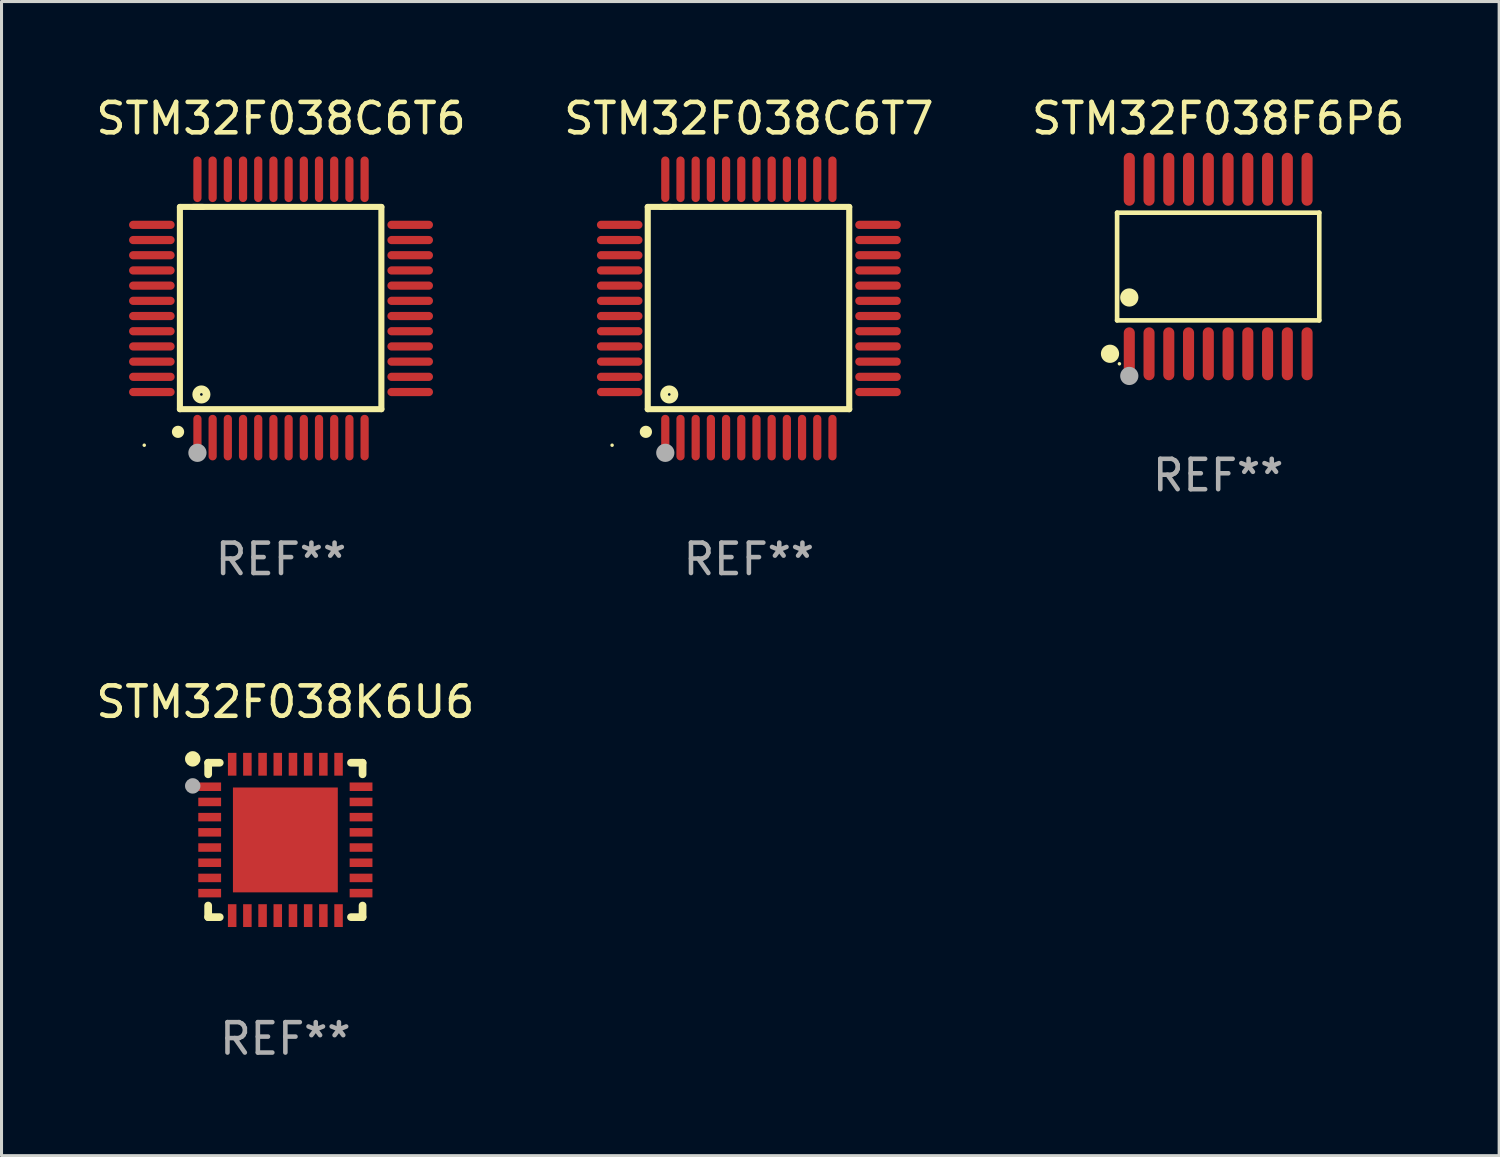
<source format=kicad_pcb>
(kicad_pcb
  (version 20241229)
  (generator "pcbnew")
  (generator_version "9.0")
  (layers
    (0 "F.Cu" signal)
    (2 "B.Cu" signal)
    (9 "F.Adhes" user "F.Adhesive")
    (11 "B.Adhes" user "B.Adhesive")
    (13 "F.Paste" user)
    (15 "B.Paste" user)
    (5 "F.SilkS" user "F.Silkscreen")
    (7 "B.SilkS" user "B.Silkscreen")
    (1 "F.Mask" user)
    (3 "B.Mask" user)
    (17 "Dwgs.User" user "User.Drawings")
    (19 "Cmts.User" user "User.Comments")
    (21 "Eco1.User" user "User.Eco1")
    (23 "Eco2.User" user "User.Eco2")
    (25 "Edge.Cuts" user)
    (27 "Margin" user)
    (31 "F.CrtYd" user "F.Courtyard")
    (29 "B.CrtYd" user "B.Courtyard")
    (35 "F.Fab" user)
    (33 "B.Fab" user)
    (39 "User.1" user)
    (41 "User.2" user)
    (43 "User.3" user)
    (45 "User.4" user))
  (footprint "STM32F038C6T6"
    (layer "F.Cu")
    (at 6.196 7.098)
    (property "Reference" "STM32F038C6T6" (at 0 -6.25 0) (layer "F.SilkS") (effects (font (size 1 1) (thickness 0.15))))
    (attr through_hole)
    (fp_line (start -3.327 -3.34) (end -2.565 -3.34) (stroke (width 0.2) (type solid)) (layer "F.SilkS"))
    (fp_line (start -3.327 3.315) (end -3.327 -3.34) (stroke (width 0.2) (type solid)) (layer "F.SilkS"))
    (fp_line (start -2.896 -3.34) (end 3.302 -3.34) (stroke (width 0.2) (type solid)) (layer "F.SilkS"))
    (fp_line (start 3.302 -3.34) (end 3.302 3.315) (stroke (width 0.2) (type solid)) (layer "F.SilkS"))
    (fp_line (start 3.302 3.315) (end -3.327 3.315) (stroke (width 0.2) (type solid)) (layer "F.SilkS"))
    (fp_arc (start -3.389992 4.059995) (mid -3.388722 4.059991) (end -3.387452 4.059995) (stroke (width 0.4) (type solid)) (layer "F.SilkS"))
    (fp_circle (center -4.5 4.5) (end -4.47 4.5) (stroke (width 0.06) (type solid)) (fill no) (layer "F.SilkS"))
    (fp_circle (center -2.62 2.83) (end -2.45 2.83) (stroke (width 0.254) (type solid)) (fill no) (layer "F.SilkS"))
    (fp_circle (center -2.75 4.75) (end -2.6 4.75) (stroke (width 0.3) (type solid)) (fill no) (layer "F.Fab"))
    (fp_text user "REF**" (at 0 8.25 0) (layer "F.Fab") (effects (font (size 1 1) (thickness 0.15))))
    (pad "1" smd oval (at -2.75 4.25) (size 0.27 1.5) (layers "F.Cu" "F.Mask" "F.Paste"))
    (pad "2" smd oval (at -2.25 4.25) (size 0.27 1.5) (layers "F.Cu" "F.Mask" "F.Paste"))
    (pad "3" smd oval (at -1.75 4.25) (size 0.27 1.5) (layers "F.Cu" "F.Mask" "F.Paste"))
    (pad "4" smd oval (at -1.25 4.25) (size 0.27 1.5) (layers "F.Cu" "F.Mask" "F.Paste"))
    (pad "5" smd oval (at -0.75 4.25) (size 0.27 1.5) (layers "F.Cu" "F.Mask" "F.Paste"))
    (pad "6" smd oval (at -0.25 4.25) (size 0.27 1.5) (layers "F.Cu" "F.Mask" "F.Paste"))
    (pad "7" smd oval (at 0.25 4.25) (size 0.27 1.5) (layers "F.Cu" "F.Mask" "F.Paste"))
    (pad "8" smd oval (at 0.75 4.25) (size 0.27 1.5) (layers "F.Cu" "F.Mask" "F.Paste"))
    (pad "9" smd oval (at 1.25 4.25) (size 0.27 1.5) (layers "F.Cu" "F.Mask" "F.Paste"))
    (pad "10" smd oval (at 1.75 4.25) (size 0.27 1.5) (layers "F.Cu" "F.Mask" "F.Paste"))
    (pad "11" smd oval (at 2.25 4.25) (size 0.27 1.5) (layers "F.Cu" "F.Mask" "F.Paste"))
    (pad "12" smd oval (at 2.75 4.25) (size 0.27 1.5) (layers "F.Cu" "F.Mask" "F.Paste"))
    (pad "13" smd oval (at 4.25 2.75) (size 1.5 0.27) (layers "F.Cu" "F.Mask" "F.Paste"))
    (pad "14" smd oval (at 4.25 2.25) (size 1.5 0.27) (layers "F.Cu" "F.Mask" "F.Paste"))
    (pad "15" smd oval (at 4.25 1.75) (size 1.5 0.27) (layers "F.Cu" "F.Mask" "F.Paste"))
    (pad "16" smd oval (at 4.25 1.25) (size 1.5 0.27) (layers "F.Cu" "F.Mask" "F.Paste"))
    (pad "17" smd oval (at 4.25 0.75) (size 1.5 0.27) (layers "F.Cu" "F.Mask" "F.Paste"))
    (pad "18" smd oval (at 4.25 0.25) (size 1.5 0.27) (layers "F.Cu" "F.Mask" "F.Paste"))
    (pad "19" smd oval (at 4.25 -0.25) (size 1.5 0.27) (layers "F.Cu" "F.Mask" "F.Paste"))
    (pad "20" smd oval (at 4.25 -0.75) (size 1.5 0.27) (layers "F.Cu" "F.Mask" "F.Paste"))
    (pad "21" smd oval (at 4.25 -1.25) (size 1.5 0.27) (layers "F.Cu" "F.Mask" "F.Paste"))
    (pad "22" smd oval (at 4.25 -1.75) (size 1.5 0.27) (layers "F.Cu" "F.Mask" "F.Paste"))
    (pad "23" smd oval (at 4.25 -2.25) (size 1.5 0.27) (layers "F.Cu" "F.Mask" "F.Paste"))
    (pad "24" smd oval (at 4.25 -2.75) (size 1.5 0.27) (layers "F.Cu" "F.Mask" "F.Paste"))
    (pad "25" smd oval (at 2.75 -4.25) (size 0.27 1.5) (layers "F.Cu" "F.Mask" "F.Paste"))
    (pad "26" smd oval (at 2.25 -4.25) (size 0.27 1.5) (layers "F.Cu" "F.Mask" "F.Paste"))
    (pad "27" smd oval (at 1.75 -4.25) (size 0.27 1.5) (layers "F.Cu" "F.Mask" "F.Paste"))
    (pad "28" smd oval (at 1.25 -4.25) (size 0.27 1.5) (layers "F.Cu" "F.Mask" "F.Paste"))
    (pad "29" smd oval (at 0.75 -4.25) (size 0.27 1.5) (layers "F.Cu" "F.Mask" "F.Paste"))
    (pad "30" smd oval (at 0.25 -4.25) (size 0.27 1.5) (layers "F.Cu" "F.Mask" "F.Paste"))
    (pad "31" smd oval (at -0.25 -4.25) (size 0.27 1.5) (layers "F.Cu" "F.Mask" "F.Paste"))
    (pad "32" smd oval (at -0.75 -4.25) (size 0.27 1.5) (layers "F.Cu" "F.Mask" "F.Paste"))
    (pad "33" smd oval (at -1.25 -4.25) (size 0.27 1.5) (layers "F.Cu" "F.Mask" "F.Paste"))
    (pad "34" smd oval (at -1.75 -4.25) (size 0.27 1.5) (layers "F.Cu" "F.Mask" "F.Paste"))
    (pad "35" smd oval (at -2.25 -4.25) (size 0.27 1.5) (layers "F.Cu" "F.Mask" "F.Paste"))
    (pad "36" smd oval (at -2.75 -4.25) (size 0.27 1.5) (layers "F.Cu" "F.Mask" "F.Paste"))
    (pad "37" smd oval (at -4.25 -2.75) (size 1.5 0.27) (layers "F.Cu" "F.Mask" "F.Paste"))
    (pad "38" smd oval (at -4.25 -2.25) (size 1.5 0.27) (layers "F.Cu" "F.Mask" "F.Paste"))
    (pad "39" smd oval (at -4.25 -1.75) (size 1.5 0.27) (layers "F.Cu" "F.Mask" "F.Paste"))
    (pad "40" smd oval (at -4.25 -1.25) (size 1.5 0.27) (layers "F.Cu" "F.Mask" "F.Paste"))
    (pad "41" smd oval (at -4.25 -0.75) (size 1.5 0.27) (layers "F.Cu" "F.Mask" "F.Paste"))
    (pad "42" smd oval (at -4.25 -0.25) (size 1.5 0.27) (layers "F.Cu" "F.Mask" "F.Paste"))
    (pad "43" smd oval (at -4.25 0.25) (size 1.5 0.27) (layers "F.Cu" "F.Mask" "F.Paste"))
    (pad "44" smd oval (at -4.25 0.75) (size 1.5 0.27) (layers "F.Cu" "F.Mask" "F.Paste"))
    (pad "45" smd oval (at -4.25 1.25) (size 1.5 0.27) (layers "F.Cu" "F.Mask" "F.Paste"))
    (pad "46" smd oval (at -4.25 1.75) (size 1.5 0.27) (layers "F.Cu" "F.Mask" "F.Paste"))
    (pad "47" smd oval (at -4.25 2.25) (size 1.5 0.27) (layers "F.Cu" "F.Mask" "F.Paste"))
    (pad "48" smd oval (at -4.25 2.75) (size 1.5 0.27) (layers "F.Cu" "F.Mask" "F.Paste")))
  (footprint "STM32F038C6T7"
    (layer "F.Cu")
    (at 21.589 7.098)
    (property "Reference" "STM32F038C6T7" (at 0 -6.25 0) (layer "F.SilkS") (effects (font (size 1 1) (thickness 0.15))))
    (attr through_hole)
    (fp_line (start -3.327 -3.34) (end -2.565 -3.34) (stroke (width 0.2) (type solid)) (layer "F.SilkS"))
    (fp_line (start -3.327 3.315) (end -3.327 -3.34) (stroke (width 0.2) (type solid)) (layer "F.SilkS"))
    (fp_line (start -2.896 -3.34) (end 3.302 -3.34) (stroke (width 0.2) (type solid)) (layer "F.SilkS"))
    (fp_line (start 3.302 -3.34) (end 3.302 3.315) (stroke (width 0.2) (type solid)) (layer "F.SilkS"))
    (fp_line (start 3.302 3.315) (end -3.327 3.315) (stroke (width 0.2) (type solid)) (layer "F.SilkS"))
    (fp_arc (start -3.389992 4.059995) (mid -3.388722 4.059991) (end -3.387452 4.059995) (stroke (width 0.4) (type solid)) (layer "F.SilkS"))
    (fp_circle (center -4.5 4.5) (end -4.47 4.5) (stroke (width 0.06) (type solid)) (fill no) (layer "F.SilkS"))
    (fp_circle (center -2.62 2.83) (end -2.45 2.83) (stroke (width 0.254) (type solid)) (fill no) (layer "F.SilkS"))
    (fp_circle (center -2.75 4.75) (end -2.6 4.75) (stroke (width 0.3) (type solid)) (fill no) (layer "F.Fab"))
    (fp_text user "REF**" (at 0 8.25 0) (layer "F.Fab") (effects (font (size 1 1) (thickness 0.15))))
    (pad "1" smd oval (at -2.75 4.25) (size 0.27 1.5) (layers "F.Cu" "F.Mask" "F.Paste"))
    (pad "2" smd oval (at -2.25 4.25) (size 0.27 1.5) (layers "F.Cu" "F.Mask" "F.Paste"))
    (pad "3" smd oval (at -1.75 4.25) (size 0.27 1.5) (layers "F.Cu" "F.Mask" "F.Paste"))
    (pad "4" smd oval (at -1.25 4.25) (size 0.27 1.5) (layers "F.Cu" "F.Mask" "F.Paste"))
    (pad "5" smd oval (at -0.75 4.25) (size 0.27 1.5) (layers "F.Cu" "F.Mask" "F.Paste"))
    (pad "6" smd oval (at -0.25 4.25) (size 0.27 1.5) (layers "F.Cu" "F.Mask" "F.Paste"))
    (pad "7" smd oval (at 0.25 4.25) (size 0.27 1.5) (layers "F.Cu" "F.Mask" "F.Paste"))
    (pad "8" smd oval (at 0.75 4.25) (size 0.27 1.5) (layers "F.Cu" "F.Mask" "F.Paste"))
    (pad "9" smd oval (at 1.25 4.25) (size 0.27 1.5) (layers "F.Cu" "F.Mask" "F.Paste"))
    (pad "10" smd oval (at 1.75 4.25) (size 0.27 1.5) (layers "F.Cu" "F.Mask" "F.Paste"))
    (pad "11" smd oval (at 2.25 4.25) (size 0.27 1.5) (layers "F.Cu" "F.Mask" "F.Paste"))
    (pad "12" smd oval (at 2.75 4.25) (size 0.27 1.5) (layers "F.Cu" "F.Mask" "F.Paste"))
    (pad "13" smd oval (at 4.25 2.75) (size 1.5 0.27) (layers "F.Cu" "F.Mask" "F.Paste"))
    (pad "14" smd oval (at 4.25 2.25) (size 1.5 0.27) (layers "F.Cu" "F.Mask" "F.Paste"))
    (pad "15" smd oval (at 4.25 1.75) (size 1.5 0.27) (layers "F.Cu" "F.Mask" "F.Paste"))
    (pad "16" smd oval (at 4.25 1.25) (size 1.5 0.27) (layers "F.Cu" "F.Mask" "F.Paste"))
    (pad "17" smd oval (at 4.25 0.75) (size 1.5 0.27) (layers "F.Cu" "F.Mask" "F.Paste"))
    (pad "18" smd oval (at 4.25 0.25) (size 1.5 0.27) (layers "F.Cu" "F.Mask" "F.Paste"))
    (pad "19" smd oval (at 4.25 -0.25) (size 1.5 0.27) (layers "F.Cu" "F.Mask" "F.Paste"))
    (pad "20" smd oval (at 4.25 -0.75) (size 1.5 0.27) (layers "F.Cu" "F.Mask" "F.Paste"))
    (pad "21" smd oval (at 4.25 -1.25) (size 1.5 0.27) (layers "F.Cu" "F.Mask" "F.Paste"))
    (pad "22" smd oval (at 4.25 -1.75) (size 1.5 0.27) (layers "F.Cu" "F.Mask" "F.Paste"))
    (pad "23" smd oval (at 4.25 -2.25) (size 1.5 0.27) (layers "F.Cu" "F.Mask" "F.Paste"))
    (pad "24" smd oval (at 4.25 -2.75) (size 1.5 0.27) (layers "F.Cu" "F.Mask" "F.Paste"))
    (pad "25" smd oval (at 2.75 -4.25) (size 0.27 1.5) (layers "F.Cu" "F.Mask" "F.Paste"))
    (pad "26" smd oval (at 2.25 -4.25) (size 0.27 1.5) (layers "F.Cu" "F.Mask" "F.Paste"))
    (pad "27" smd oval (at 1.75 -4.25) (size 0.27 1.5) (layers "F.Cu" "F.Mask" "F.Paste"))
    (pad "28" smd oval (at 1.25 -4.25) (size 0.27 1.5) (layers "F.Cu" "F.Mask" "F.Paste"))
    (pad "29" smd oval (at 0.75 -4.25) (size 0.27 1.5) (layers "F.Cu" "F.Mask" "F.Paste"))
    (pad "30" smd oval (at 0.25 -4.25) (size 0.27 1.5) (layers "F.Cu" "F.Mask" "F.Paste"))
    (pad "31" smd oval (at -0.25 -4.25) (size 0.27 1.5) (layers "F.Cu" "F.Mask" "F.Paste"))
    (pad "32" smd oval (at -0.75 -4.25) (size 0.27 1.5) (layers "F.Cu" "F.Mask" "F.Paste"))
    (pad "33" smd oval (at -1.25 -4.25) (size 0.27 1.5) (layers "F.Cu" "F.Mask" "F.Paste"))
    (pad "34" smd oval (at -1.75 -4.25) (size 0.27 1.5) (layers "F.Cu" "F.Mask" "F.Paste"))
    (pad "35" smd oval (at -2.25 -4.25) (size 0.27 1.5) (layers "F.Cu" "F.Mask" "F.Paste"))
    (pad "36" smd oval (at -2.75 -4.25) (size 0.27 1.5) (layers "F.Cu" "F.Mask" "F.Paste"))
    (pad "37" smd oval (at -4.25 -2.75) (size 1.5 0.27) (layers "F.Cu" "F.Mask" "F.Paste"))
    (pad "38" smd oval (at -4.25 -2.25) (size 1.5 0.27) (layers "F.Cu" "F.Mask" "F.Paste"))
    (pad "39" smd oval (at -4.25 -1.75) (size 1.5 0.27) (layers "F.Cu" "F.Mask" "F.Paste"))
    (pad "40" smd oval (at -4.25 -1.25) (size 1.5 0.27) (layers "F.Cu" "F.Mask" "F.Paste"))
    (pad "41" smd oval (at -4.25 -0.75) (size 1.5 0.27) (layers "F.Cu" "F.Mask" "F.Paste"))
    (pad "42" smd oval (at -4.25 -0.25) (size 1.5 0.27) (layers "F.Cu" "F.Mask" "F.Paste"))
    (pad "43" smd oval (at -4.25 0.25) (size 1.5 0.27) (layers "F.Cu" "F.Mask" "F.Paste"))
    (pad "44" smd oval (at -4.25 0.75) (size 1.5 0.27) (layers "F.Cu" "F.Mask" "F.Paste"))
    (pad "45" smd oval (at -4.25 1.25) (size 1.5 0.27) (layers "F.Cu" "F.Mask" "F.Paste"))
    (pad "46" smd oval (at -4.25 1.75) (size 1.5 0.27) (layers "F.Cu" "F.Mask" "F.Paste"))
    (pad "47" smd oval (at -4.25 2.25) (size 1.5 0.27) (layers "F.Cu" "F.Mask" "F.Paste"))
    (pad "48" smd oval (at -4.25 2.75) (size 1.5 0.27) (layers "F.Cu" "F.Mask" "F.Paste")))
  (footprint "STM32F038K6U6"
    (layer "F.Cu")
    (at 6.339 24.585)
    (property "Reference" "STM32F038K6U6" (at 0 -4.54 0) (layer "F.SilkS") (effects (font (size 1 1) (thickness 0.15))))
    (attr through_hole)
    (fp_line (start -2.54 -2.54) (end -2.159 -2.54) (stroke (width 0.254) (type solid)) (layer "F.SilkS"))
    (fp_line (start -2.54 -2.159) (end -2.54 -2.54) (stroke (width 0.254) (type solid)) (layer "F.SilkS"))
    (fp_line (start -2.54 2.54) (end -2.54 2.159) (stroke (width 0.254) (type solid)) (layer "F.SilkS"))
    (fp_line (start -2.159 2.54) (end -2.54 2.54) (stroke (width 0.254) (type solid)) (layer "F.SilkS"))
    (fp_line (start 2.159 -2.54) (end 2.54 -2.54) (stroke (width 0.254) (type solid)) (layer "F.SilkS"))
    (fp_line (start 2.54 -2.54) (end 2.54 -2.159) (stroke (width 0.254) (type solid)) (layer "F.SilkS"))
    (fp_line (start 2.54 2.159) (end 2.54 2.54) (stroke (width 0.254) (type solid)) (layer "F.SilkS"))
    (fp_line (start 2.54 2.54) (end 2.159 2.54) (stroke (width 0.254) (type solid)) (layer "F.SilkS"))
    (fp_circle (center -3.048 -2.667) (end -2.921 -2.667) (stroke (width 0.254) (type solid)) (fill no) (layer "F.SilkS"))
    (fp_circle (center -2.5 -2.5) (end -2.47 -2.5) (stroke (width 0.06) (type solid)) (fill no) (layer "F.SilkS"))
    (fp_circle (center -3.048 -1.778) (end -2.921 -1.778) (stroke (width 0.254) (type solid)) (fill no) (layer "F.Fab"))
    (fp_text user "REF**" (at 0 6.54 0) (layer "F.Fab") (effects (font (size 1 1) (thickness 0.15))))
    (pad "1" smd rect (at -2.49 -1.75) (size 0.75 0.28) (layers "F.Cu" "F.Mask" "F.Paste"))
    (pad "2" smd rect (at -2.49 -1.25) (size 0.75 0.28) (layers "F.Cu" "F.Mask" "F.Paste"))
    (pad "3" smd rect (at -2.49 -0.75) (size 0.75 0.28) (layers "F.Cu" "F.Mask" "F.Paste"))
    (pad "4" smd rect (at -2.49 -0.25) (size 0.75 0.28) (layers "F.Cu" "F.Mask" "F.Paste"))
    (pad "5" smd rect (at -2.49 0.25) (size 0.75 0.28) (layers "F.Cu" "F.Mask" "F.Paste"))
    (pad "6" smd rect (at -2.49 0.75) (size 0.75 0.28) (layers "F.Cu" "F.Mask" "F.Paste"))
    (pad "7" smd rect (at -2.49 1.25) (size 0.75 0.28) (layers "F.Cu" "F.Mask" "F.Paste"))
    (pad "8" smd rect (at -2.49 1.75) (size 0.75 0.28) (layers "F.Cu" "F.Mask" "F.Paste"))
    (pad "9" smd rect (at -1.75 2.49) (size 0.28 0.75) (layers "F.Cu" "F.Mask" "F.Paste"))
    (pad "10" smd rect (at -1.25 2.49) (size 0.28 0.75) (layers "F.Cu" "F.Mask" "F.Paste"))
    (pad "11" smd rect (at -0.75 2.49) (size 0.28 0.75) (layers "F.Cu" "F.Mask" "F.Paste"))
    (pad "12" smd rect (at -0.25 2.49) (size 0.28 0.75) (layers "F.Cu" "F.Mask" "F.Paste"))
    (pad "13" smd rect (at 0.25 2.49) (size 0.28 0.75) (layers "F.Cu" "F.Mask" "F.Paste"))
    (pad "14" smd rect (at 0.75 2.49) (size 0.28 0.75) (layers "F.Cu" "F.Mask" "F.Paste"))
    (pad "15" smd rect (at 1.25 2.49) (size 0.28 0.75) (layers "F.Cu" "F.Mask" "F.Paste"))
    (pad "16" smd rect (at 1.75 2.49) (size 0.28 0.75) (layers "F.Cu" "F.Mask" "F.Paste"))
    (pad "17" smd rect (at 2.49 1.75) (size 0.75 0.28) (layers "F.Cu" "F.Mask" "F.Paste"))
    (pad "18" smd rect (at 2.49 1.25) (size 0.75 0.28) (layers "F.Cu" "F.Mask" "F.Paste"))
    (pad "19" smd rect (at 2.49 0.75) (size 0.75 0.28) (layers "F.Cu" "F.Mask" "F.Paste"))
    (pad "20" smd rect (at 2.49 0.25) (size 0.75 0.28) (layers "F.Cu" "F.Mask" "F.Paste"))
    (pad "21" smd rect (at 2.49 -0.25) (size 0.75 0.28) (layers "F.Cu" "F.Mask" "F.Paste"))
    (pad "22" smd rect (at 2.49 -0.75) (size 0.75 0.28) (layers "F.Cu" "F.Mask" "F.Paste"))
    (pad "23" smd rect (at 2.49 -1.25) (size 0.75 0.28) (layers "F.Cu" "F.Mask" "F.Paste"))
    (pad "24" smd rect (at 2.49 -1.75) (size 0.75 0.28) (layers "F.Cu" "F.Mask" "F.Paste"))
    (pad "25" smd rect (at 1.75 -2.49) (size 0.28 0.75) (layers "F.Cu" "F.Mask" "F.Paste"))
    (pad "26" smd rect (at 1.25 -2.49) (size 0.28 0.75) (layers "F.Cu" "F.Mask" "F.Paste"))
    (pad "27" smd rect (at 0.75 -2.49) (size 0.28 0.75) (layers "F.Cu" "F.Mask" "F.Paste"))
    (pad "28" smd rect (at 0.25 -2.49) (size 0.28 0.75) (layers "F.Cu" "F.Mask" "F.Paste"))
    (pad "29" smd rect (at -0.25 -2.49) (size 0.28 0.75) (layers "F.Cu" "F.Mask" "F.Paste"))
    (pad "30" smd rect (at -0.75 -2.49) (size 0.28 0.75) (layers "F.Cu" "F.Mask" "F.Paste"))
    (pad "31" smd rect (at -1.25 -2.49) (size 0.28 0.75) (layers "F.Cu" "F.Mask" "F.Paste"))
    (pad "32" smd rect (at -1.75 -2.49) (size 0.28 0.75) (layers "F.Cu" "F.Mask" "F.Paste"))
    (pad "33" smd rect (at 0 0) (size 3.45 3.45) (layers "F.Cu" "F.Mask" "F.Paste")))
  (footprint "STM32F038F6P6"
    (layer "F.Cu")
    (at 37.03 5.719)
    (property "Reference" "STM32F038F6P6" (at 0 -4.871 0) (layer "F.SilkS") (effects (font (size 1 1) (thickness 0.15))))
    (attr through_hole)
    (fp_line (start -3.326 -1.771) (end 3.326 -1.771) (stroke (width 0.152) (type solid)) (layer "F.SilkS"))
    (fp_line (start -3.326 1.771) (end -3.326 -1.771) (stroke (width 0.152) (type solid)) (layer "F.SilkS"))
    (fp_line (start 3.326 -1.771) (end 3.326 1.771) (stroke (width 0.152) (type solid)) (layer "F.SilkS"))
    (fp_line (start 3.326 1.771) (end -3.326 1.771) (stroke (width 0.152) (type solid)) (layer "F.SilkS"))
    (fp_circle (center -3.559 2.871) (end -3.409 2.871) (stroke (width 0.3) (type solid)) (fill no) (layer "F.SilkS"))
    (fp_circle (center -3.25 3.2) (end -3.22 3.2) (stroke (width 0.06) (type solid)) (fill no) (layer "F.SilkS"))
    (fp_circle (center -2.925 1.019) (end -2.775 1.019) (stroke (width 0.3) (type solid)) (fill no) (layer "F.SilkS"))
    (fp_circle (center -2.925 3.6) (end -2.775 3.6) (stroke (width 0.3) (type solid)) (fill no) (layer "F.Fab"))
    (fp_text user "REF**" (at 0 6.871 0) (layer "F.Fab") (effects (font (size 1 1) (thickness 0.15))))
    (pad "1" smd oval (at -2.925 2.871) (size 0.364 1.742) (layers "F.Cu" "F.Mask" "F.Paste"))
    (pad "2" smd oval (at -2.275 2.871) (size 0.364 1.742) (layers "F.Cu" "F.Mask" "F.Paste"))
    (pad "3" smd oval (at -1.625 2.871) (size 0.364 1.742) (layers "F.Cu" "F.Mask" "F.Paste"))
    (pad "4" smd oval (at -0.975 2.871) (size 0.364 1.742) (layers "F.Cu" "F.Mask" "F.Paste"))
    (pad "5" smd oval (at -0.325 2.871) (size 0.364 1.742) (layers "F.Cu" "F.Mask" "F.Paste"))
    (pad "6" smd oval (at 0.325 2.871) (size 0.364 1.742) (layers "F.Cu" "F.Mask" "F.Paste"))
    (pad "7" smd oval (at 0.975 2.871) (size 0.364 1.742) (layers "F.Cu" "F.Mask" "F.Paste"))
    (pad "8" smd oval (at 1.625 2.871) (size 0.364 1.742) (layers "F.Cu" "F.Mask" "F.Paste"))
    (pad "9" smd oval (at 2.275 2.871) (size 0.364 1.742) (layers "F.Cu" "F.Mask" "F.Paste"))
    (pad "10" smd oval (at 2.925 2.871) (size 0.364 1.742) (layers "F.Cu" "F.Mask" "F.Paste"))
    (pad "11" smd oval (at 2.925 -2.871) (size 0.364 1.742) (layers "F.Cu" "F.Mask" "F.Paste"))
    (pad "12" smd oval (at 2.275 -2.871) (size 0.364 1.742) (layers "F.Cu" "F.Mask" "F.Paste"))
    (pad "13" smd oval (at 1.625 -2.871) (size 0.364 1.742) (layers "F.Cu" "F.Mask" "F.Paste"))
    (pad "14" smd oval (at 0.975 -2.871) (size 0.364 1.742) (layers "F.Cu" "F.Mask" "F.Paste"))
    (pad "15" smd oval (at 0.325 -2.871) (size 0.364 1.742) (layers "F.Cu" "F.Mask" "F.Paste"))
    (pad "16" smd oval (at -0.325 -2.871) (size 0.364 1.742) (layers "F.Cu" "F.Mask" "F.Paste"))
    (pad "17" smd oval (at -0.975 -2.871) (size 0.364 1.742) (layers "F.Cu" "F.Mask" "F.Paste"))
    (pad "18" smd oval (at -1.625 -2.871) (size 0.364 1.742) (layers "F.Cu" "F.Mask" "F.Paste"))
    (pad "19" smd oval (at -2.275 -2.871) (size 0.364 1.742) (layers "F.Cu" "F.Mask" "F.Paste"))
    (pad "20" smd oval (at -2.925 -2.871) (size 0.364 1.742) (layers "F.Cu" "F.Mask" "F.Paste")))
  (gr_rect
    (start -3 -3)
    (end 46.274 34.973)
    (stroke (width 0.1) (type default))
    (fill no)
    (layer "Edge.Cuts")))
</source>
